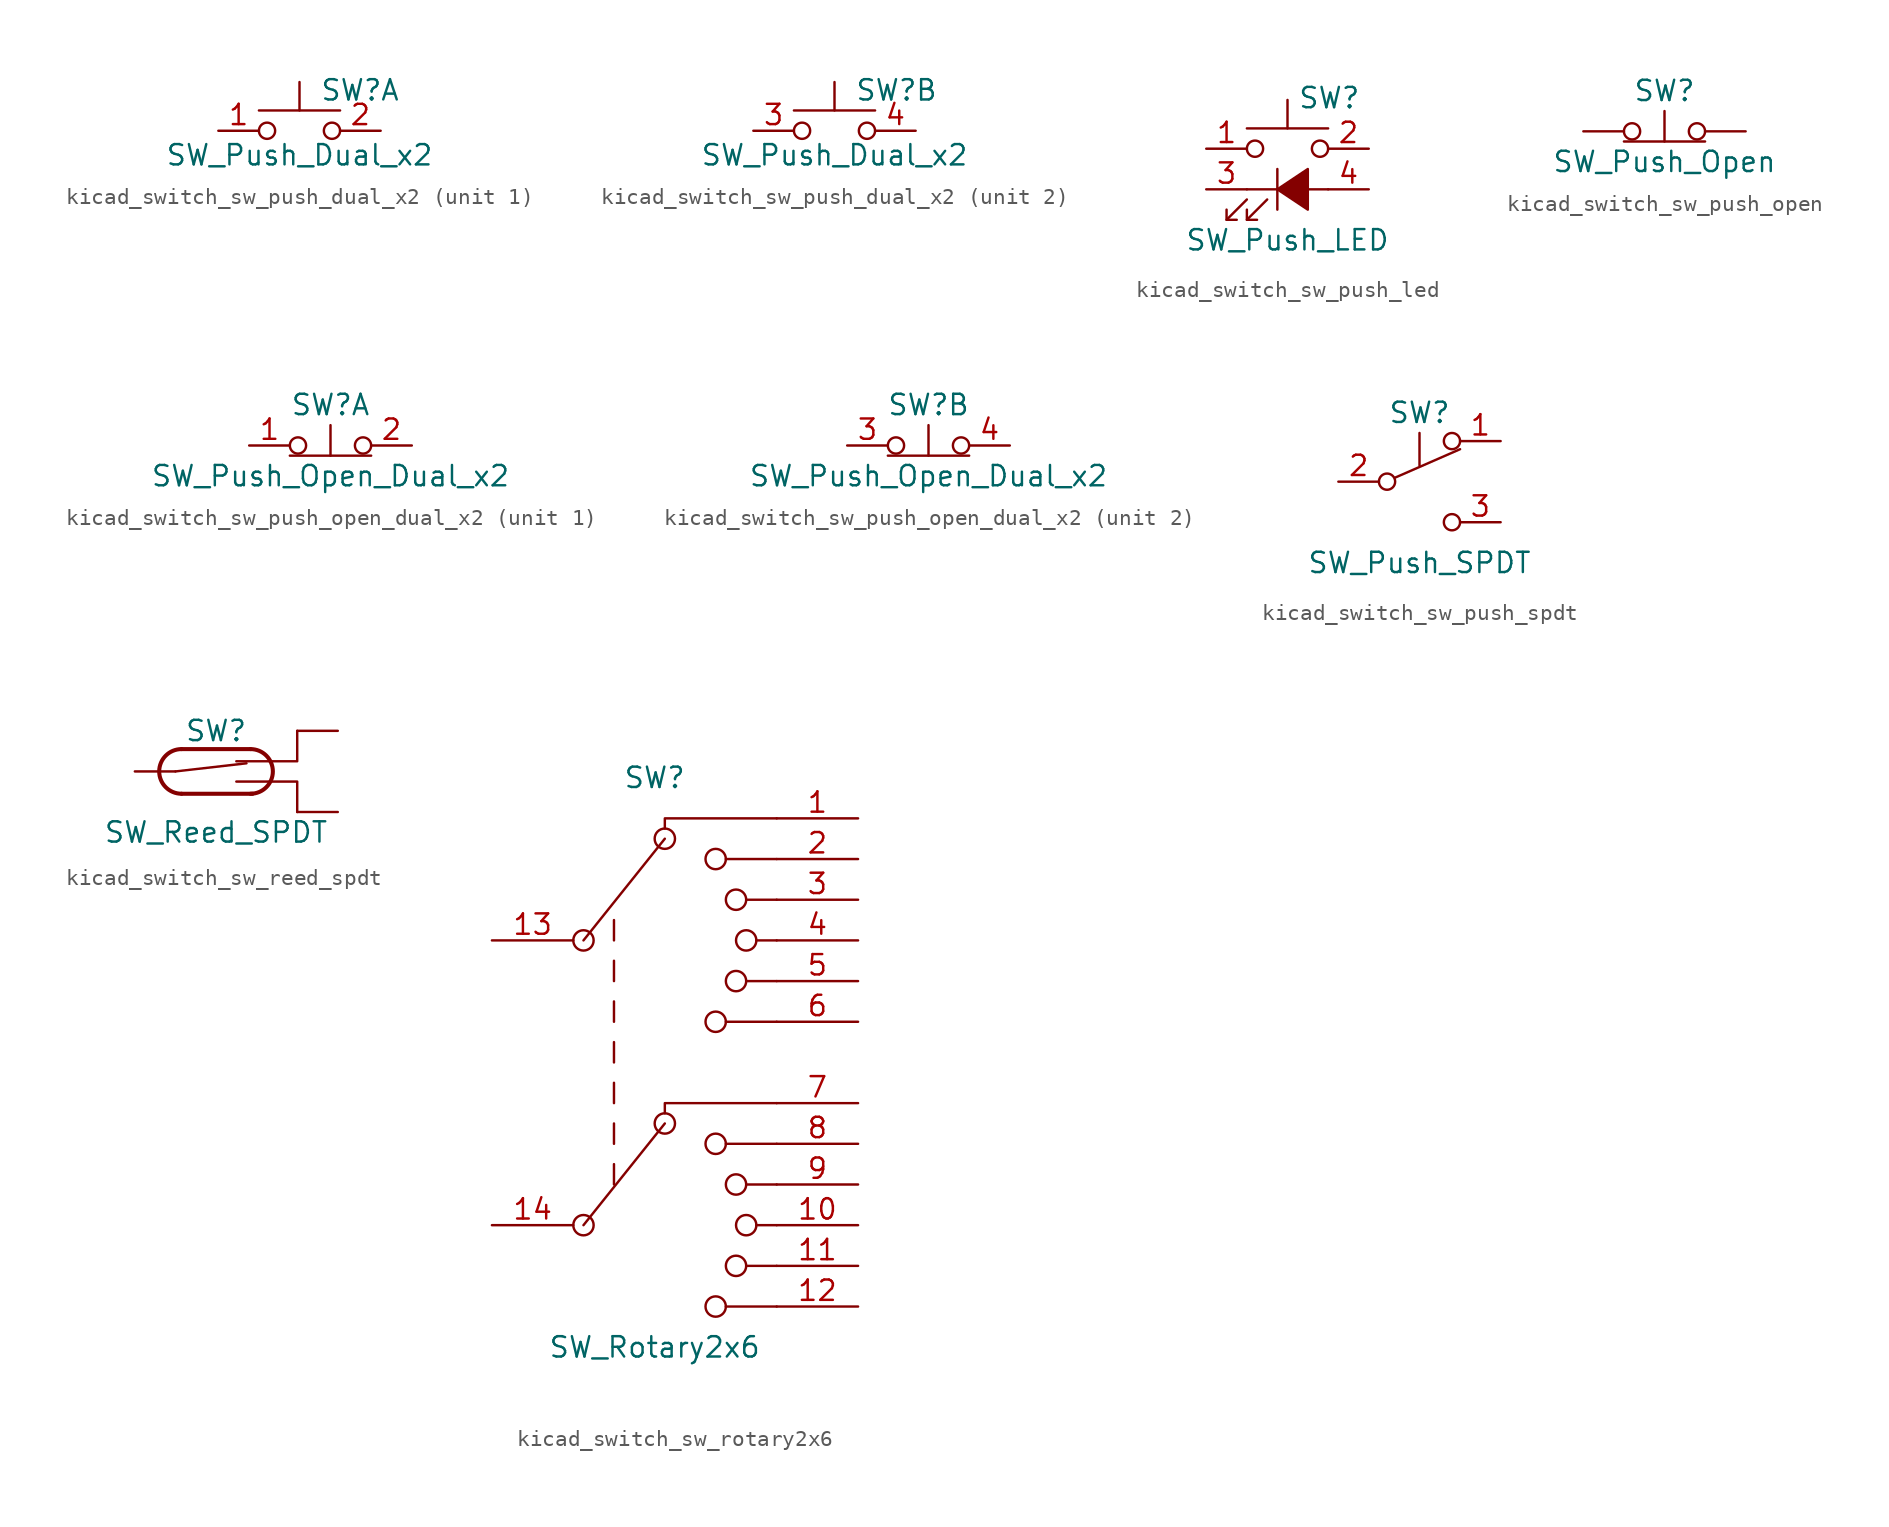
<source format=kicad_sym>
(kicad_symbol_lib
  (version 20220914)
  (generator kicad_symbol_editor)
  (symbol "kicad_switch_sw_push_dual_x2"
    (pin_names
      (offset 1.016) hide)
    (property "Reference" "SW"
      (at 1.27 2.54 0)
      (effects (font (size 1.27 1.27)) (justify left)))
    (property "Value" "SW_Push_Dual_x2"
      (at 0 -1.524 0)
      (effects (font (size 1.27 1.27))))
    (symbol "kicad_switch_sw_push_dual_x2_0_1"
      (circle (center -2.032 0) (radius 0.508) (stroke (width 0) (type default)) (fill (type none)))
      (polyline (pts (xy 0 1.27) (xy 0 3.048)) (stroke (width 0) (type default)) (fill (type none)))
      (polyline (pts (xy 2.54 1.27) (xy -2.54 1.27)) (stroke (width 0) (type default)) (fill (type none)))
      (circle (center 2.032 0) (radius 0.508) (stroke (width 0) (type default)) (fill (type none))))
    (symbol "kicad_switch_sw_push_dual_x2_1_1"
      (pin passive line (at -5.08 0 0) (length 2.54) (name "C" (effects (font (size 1.27 1.27)))) (number "1" (effects (font (size 1.27 1.27)))))
      (pin passive line (at 5.08 0 180) (length 2.54) (name "D" (effects (font (size 1.27 1.27)))) (number "2" (effects (font (size 1.27 1.27))))))
    (symbol "kicad_switch_sw_push_dual_x2_2_1"
      (pin passive line (at -5.08 0 0) (length 2.54) (name "C" (effects (font (size 1.27 1.27)))) (number "3" (effects (font (size 1.27 1.27)))))
      (pin passive line (at 5.08 0 180) (length 2.54) (name "D" (effects (font (size 1.27 1.27)))) (number "4" (effects (font (size 1.27 1.27)))))))
  (symbol "kicad_switch_sw_push_led"
    (pin_names
      (offset 1.016) hide)
    (property "Reference" "SW"
      (at 0.635 5.715 0)
      (effects (font (size 1.27 1.27)) (justify left)))
    (property "Value" "SW_Push_LED"
      (at 0 -3.175 0)
      (effects (font (size 1.27 1.27))))
    (symbol "kicad_switch_sw_push_led_0_0"
      (polyline (pts (xy -3.81 -1.905) (xy -2.54 -0.635)) (stroke (width 0) (type default)) (fill (type none)))
      (polyline (pts (xy -2.54 -1.905) (xy -1.27 -0.635)) (stroke (width 0) (type default)) (fill (type none)))
      (polyline (pts (xy -2.54 0) (xy 2.54 0)) (stroke (width 0) (type default)) (fill (type none)))
      (polyline (pts (xy -0.635 1.27) (xy -0.635 -1.27)) (stroke (width 0) (type default)) (fill (type none)))
      (polyline (pts (xy -3.81 -1.27) (xy -3.81 -1.905) (xy -3.175 -1.905)) (stroke (width 0) (type default)) (fill (type none)))
      (polyline (pts (xy -2.54 -1.27) (xy -2.54 -1.905) (xy -1.905 -1.905)) (stroke (width 0) (type default)) (fill (type none)))
      (polyline (pts (xy -0.635 0) (xy 1.27 1.27) (xy 1.27 -1.27) (xy -0.635 0)) (stroke (width 0) (type default)) (fill (type outline))))
    (symbol "kicad_switch_sw_push_led_0_1"
      (circle (center -2.032 2.54) (radius 0.508) (stroke (width 0) (type default)) (fill (type none)))
      (polyline (pts (xy 0 3.81) (xy 0 5.588)) (stroke (width 0) (type default)) (fill (type none)))
      (polyline (pts (xy 2.54 3.81) (xy -2.54 3.81)) (stroke (width 0) (type default)) (fill (type none)))
      (circle (center 2.032 2.54) (radius 0.508) (stroke (width 0) (type default)) (fill (type none)))
      (pin passive line (at -5.08 2.54 0) (length 2.54) (name "1" (effects (font (size 1.27 1.27)))) (number "1" (effects (font (size 1.27 1.27)))))
      (pin passive line (at 5.08 2.54 180) (length 2.54) (name "2" (effects (font (size 1.27 1.27)))) (number "2" (effects (font (size 1.27 1.27)))))
      (pin passive line (at -5.08 0 0) (length 2.54) (name "K" (effects (font (size 1.27 1.27)))) (number "3" (effects (font (size 1.27 1.27)))))
      (pin passive line (at 5.08 0 180) (length 2.54) (name "A" (effects (font (size 1.27 1.27)))) (number "4" (effects (font (size 1.27 1.27)))))))
  (symbol "kicad_switch_sw_push_open"
    (pin_numbers hide)
    (pin_names
      (offset 1.016) hide)
    (property "Reference" "SW"
      (at 0 2.54 0)
      (effects (font (size 1.27 1.27))))
    (property "Value" "SW_Push_Open"
      (at 0 -1.905 0)
      (effects (font (size 1.27 1.27))))
    (symbol "kicad_switch_sw_push_open_0_1"
      (circle (center -2.032 0) (radius 0.508) (stroke (width 0) (type default)) (fill (type none)))
      (polyline (pts (xy -2.54 -0.635) (xy 2.54 -0.635)) (stroke (width 0) (type default)) (fill (type none)))
      (polyline (pts (xy 0 -0.635) (xy 0 1.27)) (stroke (width 0) (type default)) (fill (type none)))
      (circle (center 2.032 0) (radius 0.508) (stroke (width 0) (type default)) (fill (type none)))
      (pin passive line (at -5.08 0 0) (length 2.54) (name "A" (effects (font (size 1.27 1.27)))) (number "1" (effects (font (size 1.27 1.27))))))
    (symbol "kicad_switch_sw_push_open_1_1"
      (pin passive line (at 5.08 0 180) (length 2.54) (name "B" (effects (font (size 1.27 1.27)))) (number "2" (effects (font (size 1.27 1.27)))))))
  (symbol "kicad_switch_sw_push_open_dual_x2"
    (pin_names
      (offset 1.016) hide)
    (property "Reference" "SW"
      (at 0 2.54 0)
      (effects (font (size 1.27 1.27))))
    (property "Value" "SW_Push_Open_Dual_x2"
      (at 0 -1.905 0)
      (effects (font (size 1.27 1.27))))
    (symbol "kicad_switch_sw_push_open_dual_x2_0_1"
      (circle (center -2.032 0) (radius 0.508) (stroke (width 0) (type default)) (fill (type none)))
      (polyline (pts (xy -2.54 -0.635) (xy 2.54 -0.635)) (stroke (width 0) (type default)) (fill (type none)))
      (polyline (pts (xy 0 -0.635) (xy 0 1.27)) (stroke (width 0) (type default)) (fill (type none)))
      (circle (center 2.032 0) (radius 0.508) (stroke (width 0) (type default)) (fill (type none))))
    (symbol "kicad_switch_sw_push_open_dual_x2_1_1"
      (pin passive line (at -5.08 0 0) (length 2.54) (name "1" (effects (font (size 1.27 1.27)))) (number "1" (effects (font (size 1.27 1.27)))))
      (pin passive line (at 5.08 0 180) (length 2.54) (name "2" (effects (font (size 1.27 1.27)))) (number "2" (effects (font (size 1.27 1.27))))))
    (symbol "kicad_switch_sw_push_open_dual_x2_2_1"
      (pin passive line (at -5.08 0 0) (length 2.54) (name "1" (effects (font (size 1.27 1.27)))) (number "3" (effects (font (size 1.27 1.27)))))
      (pin passive line (at 5.08 0 180) (length 2.54) (name "2" (effects (font (size 1.27 1.27)))) (number "4" (effects (font (size 1.27 1.27)))))))
  (symbol "kicad_switch_sw_push_spdt"
    (pin_names
      (offset 0) hide)
    (property "Reference" "SW"
      (at 0 4.318 0)
      (effects (font (size 1.27 1.27))))
    (property "Value" "SW_Push_SPDT"
      (at 0 -5.08 0)
      (effects (font (size 1.27 1.27))))
    (symbol "kicad_switch_sw_push_spdt_0_0"
      (circle (center -2.032 0) (radius 0.508) (stroke (width 0) (type default)) (fill (type none)))
      (polyline (pts (xy 0 1.016) (xy 0 3.048)) (stroke (width 0) (type default)) (fill (type none)))
      (circle (center 2.032 -2.54) (radius 0.508) (stroke (width 0) (type default)) (fill (type none))))
    (symbol "kicad_switch_sw_push_spdt_0_1"
      (polyline (pts (xy -1.524 0.254) (xy 2.54 2.032)) (stroke (width 0) (type default)) (fill (type none)))
      (circle (center 2.032 2.54) (radius 0.508) (stroke (width 0) (type default)) (fill (type none))))
    (symbol "kicad_switch_sw_push_spdt_1_1"
      (pin passive line (at 5.08 2.54 180) (length 2.54) (name "A" (effects (font (size 1.27 1.27)))) (number "1" (effects (font (size 1.27 1.27)))))
      (pin passive line (at -5.08 0 0) (length 2.54) (name "B" (effects (font (size 1.27 1.27)))) (number "2" (effects (font (size 1.27 1.27)))))
      (pin passive line (at 5.08 -2.54 180) (length 2.54) (name "C" (effects (font (size 1.27 1.27)))) (number "3" (effects (font (size 1.27 1.27)))))))
  (symbol "kicad_switch_sw_reed_spdt"
    (pin_numbers hide)
    (pin_names
      (offset 0) hide)
    (property "Reference" "SW"
      (at 0 2.54 0)
      (effects (font (size 1.27 1.27))))
    (property "Value" "SW_Reed_SPDT"
      (at 0 -3.81 0)
      (effects (font (size 1.27 1.27))))
    (symbol "kicad_switch_sw_reed_spdt_0_0"
      (arc (start -2.159 1.397) (mid -3.55 0) (end -2.159 -1.397) (stroke (width 0.254) (type default)) (fill (type none)))
      (polyline (pts (xy -2.54 0) (xy 1.905 0.508)) (stroke (width 0) (type default)) (fill (type none)))
      (polyline (pts (xy -2.159 -1.397) (xy 2.286 -1.397)) (stroke (width 0.254) (type default)) (fill (type none)))
      (polyline (pts (xy 2.159 1.397) (xy -2.159 1.397)) (stroke (width 0.254) (type default)) (fill (type none)))
      (arc (start 2.159 -1.397) (mid 3.55 0) (end 2.159 1.397) (stroke (width 0.254) (type default)) (fill (type none))))
    (symbol "kicad_switch_sw_reed_spdt_0_1"
      (polyline (pts (xy 1.27 -0.635) (xy 5.08 -0.635) (xy 5.08 -2.54)) (stroke (width 0) (type default)) (fill (type none)))
      (polyline (pts (xy 1.27 0.635) (xy 5.08 0.635) (xy 5.08 2.54)) (stroke (width 0) (type default)) (fill (type none))))
    (symbol "kicad_switch_sw_reed_spdt_1_1"
      (pin passive line (at 7.62 2.54 180) (length 2.54) (name "1" (effects (font (size 1.27 1.27)))) (number "1" (effects (font (size 1.27 1.27)))))
      (pin passive line (at -5.08 0 0) (length 2.54) (name "2" (effects (font (size 1.27 1.27)))) (number "2" (effects (font (size 1.27 1.27)))))
      (pin passive line (at 7.62 -2.54 180) (length 2.54) (name "3" (effects (font (size 1.27 1.27)))) (number "3" (effects (font (size 1.27 1.27)))))))
  (symbol "kicad_switch_sw_rotary2x6"
    (pin_names
      (offset 1.016) hide)
    (property "Reference" "SW"
      (at 0 17.78 0)
      (effects (font (size 1.27 1.27))))
    (property "Value" "SW_Rotary2x6"
      (at 0 -17.78 0)
      (effects (font (size 1.27 1.27))))
    (symbol "kicad_switch_sw_rotary2x6_0_0"
      (circle (center -4.445 -10.16) (radius 0.635) (stroke (width 0) (type default)) (fill (type none)))
      (circle (center -4.445 7.62) (radius 0.635) (stroke (width 0) (type default)) (fill (type none)))
      (polyline (pts (xy -4.445 -10.16) (xy 0.635 -3.81)) (stroke (width 0) (type default)) (fill (type none)))
      (polyline (pts (xy -4.445 7.62) (xy 0.635 13.97)) (stroke (width 0) (type default)) (fill (type none)))
      (polyline (pts (xy -2.54 -7.62) (xy -2.54 -6.35)) (stroke (width 0) (type default)) (fill (type none)))
      (polyline (pts (xy -2.54 -5.08) (xy -2.54 -3.81)) (stroke (width 0) (type default)) (fill (type none)))
      (polyline (pts (xy -2.54 -2.54) (xy -2.54 -1.27)) (stroke (width 0) (type default)) (fill (type none)))
      (polyline (pts (xy -2.54 0) (xy -2.54 1.27)) (stroke (width 0) (type default)) (fill (type none)))
      (polyline (pts (xy -2.54 2.54) (xy -2.54 3.81)) (stroke (width 0) (type default)) (fill (type none)))
      (polyline (pts (xy -2.54 5.08) (xy -2.54 6.35)) (stroke (width 0) (type default)) (fill (type none)))
      (polyline (pts (xy -2.54 7.62) (xy -2.54 8.89)) (stroke (width 0) (type default)) (fill (type none)))
      (polyline (pts (xy 4.445 -5.08) (xy 7.62 -5.08)) (stroke (width 0) (type default)) (fill (type none)))
      (polyline (pts (xy 4.445 12.7) (xy 7.62 12.7)) (stroke (width 0) (type default)) (fill (type none)))
      (polyline (pts (xy 5.715 -12.7) (xy 7.62 -12.7)) (stroke (width 0) (type default)) (fill (type none)))
      (polyline (pts (xy 5.715 -7.62) (xy 7.62 -7.62)) (stroke (width 0) (type default)) (fill (type none)))
      (polyline (pts (xy 5.715 5.08) (xy 7.62 5.08)) (stroke (width 0) (type default)) (fill (type none)))
      (polyline (pts (xy 5.715 10.16) (xy 7.62 10.16)) (stroke (width 0) (type default)) (fill (type none)))
      (polyline (pts (xy 6.35 -10.16) (xy 7.62 -10.16)) (stroke (width 0) (type default)) (fill (type none)))
      (polyline (pts (xy 6.35 7.62) (xy 7.62 7.62)) (stroke (width 0) (type default)) (fill (type none)))
      (polyline (pts (xy 7.62 -15.24) (xy 4.445 -15.24)) (stroke (width 0) (type default)) (fill (type none)))
      (polyline (pts (xy 7.62 2.54) (xy 4.445 2.54)) (stroke (width 0) (type default)) (fill (type none)))
      (polyline (pts (xy 0.635 -3.175) (xy 0.635 -2.54) (xy 7.62 -2.54)) (stroke (width 0) (type default)) (fill (type none)))
      (polyline (pts (xy 0.635 14.605) (xy 0.635 15.24) (xy 7.62 15.24)) (stroke (width 0) (type default)) (fill (type none)))
      (circle (center 0.635 -3.81) (radius 0.635) (stroke (width 0) (type default)) (fill (type none)))
      (circle (center 0.635 13.97) (radius 0.635) (stroke (width 0) (type default)) (fill (type none)))
      (circle (center 3.81 -15.24) (radius 0.635) (stroke (width 0) (type default)) (fill (type none)))
      (circle (center 3.81 -5.08) (radius 0.635) (stroke (width 0) (type default)) (fill (type none)))
      (circle (center 3.81 2.54) (radius 0.635) (stroke (width 0) (type default)) (fill (type none)))
      (circle (center 3.81 12.7) (radius 0.635) (stroke (width 0) (type default)) (fill (type none)))
      (circle (center 5.08 -12.7) (radius 0.635) (stroke (width 0) (type default)) (fill (type none)))
      (circle (center 5.08 -7.62) (radius 0.635) (stroke (width 0) (type default)) (fill (type none)))
      (circle (center 5.08 5.08) (radius 0.635) (stroke (width 0) (type default)) (fill (type none)))
      (circle (center 5.08 10.16) (radius 0.635) (stroke (width 0) (type default)) (fill (type none)))
      (circle (center 5.715 -10.16) (radius 0.635) (stroke (width 0) (type default)) (fill (type none)))
      (circle (center 5.715 7.62) (radius 0.635) (stroke (width 0) (type default)) (fill (type none))))
    (symbol "kicad_switch_sw_rotary2x6_0_1"
      (pin passive line (at 12.7 15.24 180) (length 5.08) (name "1" (effects (font (size 1.27 1.27)))) (number "1" (effects (font (size 1.27 1.27)))))
      (pin passive line (at 12.7 -10.16 180) (length 5.08) (name "10" (effects (font (size 1.27 1.27)))) (number "10" (effects (font (size 1.27 1.27)))))
      (pin passive line (at 12.7 -12.7 180) (length 5.08) (name "11" (effects (font (size 1.27 1.27)))) (number "11" (effects (font (size 1.27 1.27)))))
      (pin passive line (at 12.7 -15.24 180) (length 5.08) (name "12" (effects (font (size 1.27 1.27)))) (number "12" (effects (font (size 1.27 1.27)))))
      (pin passive line (at -10.16 7.62 0) (length 5.08) (name "13" (effects (font (size 1.27 1.27)))) (number "13" (effects (font (size 1.27 1.27)))))
      (pin passive line (at -10.16 -10.16 0) (length 5.08) (name "14" (effects (font (size 1.27 1.27)))) (number "14" (effects (font (size 1.27 1.27)))))
      (pin passive line (at 12.7 12.7 180) (length 5.08) (name "2" (effects (font (size 1.27 1.27)))) (number "2" (effects (font (size 1.27 1.27)))))
      (pin passive line (at 12.7 10.16 180) (length 5.08) (name "3" (effects (font (size 1.27 1.27)))) (number "3" (effects (font (size 1.27 1.27)))))
      (pin passive line (at 12.7 7.62 180) (length 5.08) (name "4" (effects (font (size 1.27 1.27)))) (number "4" (effects (font (size 1.27 1.27)))))
      (pin passive line (at 12.7 5.08 180) (length 5.08) (name "5" (effects (font (size 1.27 1.27)))) (number "5" (effects (font (size 1.27 1.27)))))
      (pin passive line (at 12.7 2.54 180) (length 5.08) (name "6" (effects (font (size 1.27 1.27)))) (number "6" (effects (font (size 1.27 1.27)))))
      (pin passive line (at 12.7 -2.54 180) (length 5.08) (name "7" (effects (font (size 1.27 1.27)))) (number "7" (effects (font (size 1.27 1.27)))))
      (pin passive line (at 12.7 -5.08 180) (length 5.08) (name "8" (effects (font (size 1.27 1.27)))) (number "8" (effects (font (size 1.27 1.27)))))
      (pin passive line (at 12.7 -7.62 180) (length 5.08) (name "9" (effects (font (size 1.27 1.27)))) (number "9" (effects (font (size 1.27 1.27))))))))
</source>
